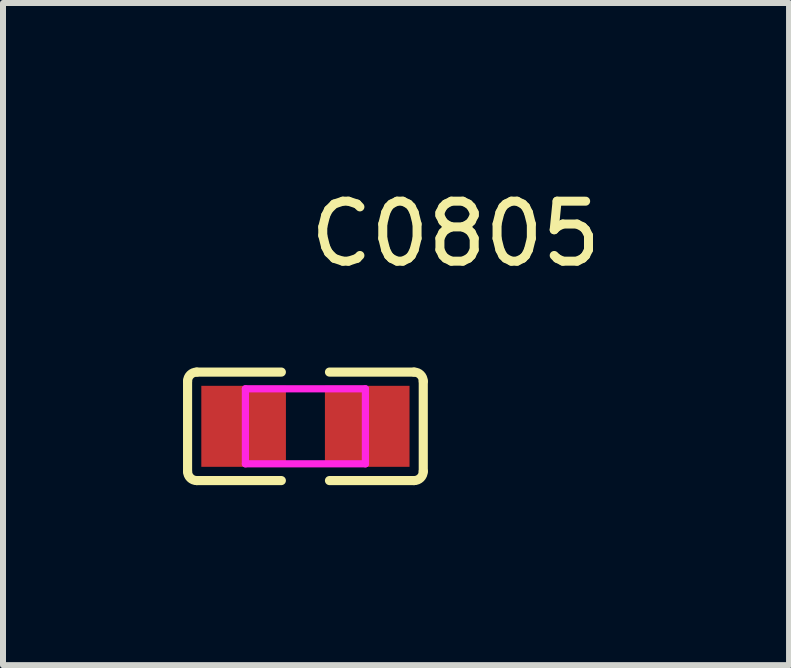
<source format=kicad_pcb>
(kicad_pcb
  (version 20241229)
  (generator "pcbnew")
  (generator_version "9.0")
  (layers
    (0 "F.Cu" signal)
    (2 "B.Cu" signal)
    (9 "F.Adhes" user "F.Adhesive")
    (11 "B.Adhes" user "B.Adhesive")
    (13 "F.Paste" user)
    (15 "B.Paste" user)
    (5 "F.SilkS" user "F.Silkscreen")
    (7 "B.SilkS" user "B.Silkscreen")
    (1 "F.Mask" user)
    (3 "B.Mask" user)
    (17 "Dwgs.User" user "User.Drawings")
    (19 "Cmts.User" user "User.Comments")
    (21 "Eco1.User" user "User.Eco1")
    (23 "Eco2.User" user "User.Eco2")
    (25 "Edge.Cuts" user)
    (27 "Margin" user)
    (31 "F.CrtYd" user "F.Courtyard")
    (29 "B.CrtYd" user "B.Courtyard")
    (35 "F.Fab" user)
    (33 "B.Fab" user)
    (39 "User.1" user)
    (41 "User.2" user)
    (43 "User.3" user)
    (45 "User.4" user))
  (footprint "C0805"
    (layer "F.Cu")
    (at 2.04 4.055)
    (property "Reference" "C0805" (at 0 -3.207 0) (layer "F.SilkS") (effects (font (size 1 1) (thickness 0.15)) (justify left)))
    (attr through_hole)
    (fp_line (start -1.964 0.751) (end -1.964 -0.751) (stroke (width 0.152) (type solid)) (layer "F.SilkS"))
    (fp_line (start -1.811 -0.904) (end -0.401 -0.904) (stroke (width 0.152) (type solid)) (layer "F.SilkS"))
    (fp_line (start -0.401 0.904) (end -1.811 0.904) (stroke (width 0.152) (type solid)) (layer "F.SilkS"))
    (fp_line (start 0.401 0.904) (end 1.811 0.904) (stroke (width 0.152) (type solid)) (layer "F.SilkS"))
    (fp_line (start 1.811 -0.904) (end 0.401 -0.904) (stroke (width 0.152) (type solid)) (layer "F.SilkS"))
    (fp_line (start 1.964 0.751) (end 1.964 -0.751) (stroke (width 0.152) (type solid)) (layer "F.SilkS"))
    (fp_arc (start -1.964 -0.751) (mid -1.919187 -0.859187) (end -1.811 -0.904) (stroke (width 0.152) (type solid)) (layer "F.SilkS"))
    (fp_arc (start -1.811 0.904) (mid -1.919187 0.859187) (end -1.964 0.751) (stroke (width 0.152) (type solid)) (layer "F.SilkS"))
    (fp_arc (start 1.811 -0.904) (mid 1.919187 -0.859187) (end 1.964 -0.751) (stroke (width 0.152) (type solid)) (layer "F.SilkS"))
    (fp_arc (start 1.964 0.751) (mid 1.919187 0.859187) (end 1.811 0.904) (stroke (width 0.152) (type solid)) (layer "F.SilkS"))
    (fp_poly (pts (xy -1.675 0.62) (xy -1.675 -0.66) (xy -1.625 -0.71) (xy -0.475 -0.71) (xy -0.425 -0.66) (xy -0.42 -0.25) (xy -0.87 -0.25) (xy -0.87 0.2) (xy -0.43 0.2) (xy -0.425 0.62) (xy -0.475 0.67) (xy -1.625 0.67)) (stroke (width 0.12) (type solid)) (fill yes) (layer "F.Paste"))
    (fp_poly (pts (xy 0.475 0.62) (xy 0.475 0.2) (xy 0.92 0.2) (xy 0.92 -0.25) (xy 0.48 -0.25) (xy 0.475 -0.66) (xy 0.525 -0.71) (xy 1.675 -0.71) (xy 1.725 -0.66) (xy 1.725 0.62) (xy 1.675 0.67) (xy 0.525 0.67)) (stroke (width 0.12) (type solid)) (fill yes) (layer "F.Paste"))
    (fp_circle (center -1 0.625) (end -0.97 0.625) (stroke (width 0.06) (type solid)) (fill no) (layer "Eco2.User"))
    (fp_poly (pts (xy -1 0.625) (xy -1 -0.625) (xy -0.5 -0.625) (xy -0.5 0.625)) (stroke (width 0.12) (type solid)) (fill no) (layer "Eco2.User"))
    (fp_poly (pts (xy 1 -0.625) (xy 1 0.625) (xy 0.5 0.625) (xy 0.5 -0.625)) (stroke (width 0.12) (type solid)) (fill no) (layer "Eco2.User"))
    (fp_line (start -1 -0.625) (end 1 -0.625) (stroke (width 0.12) (type solid)) (layer "F.CrtYd"))
    (fp_line (start -1 0.625) (end -1 -0.625) (stroke (width 0.12) (type solid)) (layer "F.CrtYd"))
    (fp_line (start 1 -0.625) (end 1 0.625) (stroke (width 0.12) (type solid)) (layer "F.CrtYd"))
    (fp_line (start 1 0.625) (end -1 0.625) (stroke (width 0.12) (type solid)) (layer "F.CrtYd"))
    (pad "1" smd rect (at -1.03 0) (size 1.41 1.35) (layers "F.Cu" "F.Mask" "F.Paste"))
    (pad "2" smd rect (at 1.03 0) (size 1.41 1.35) (layers "F.Cu" "F.Mask" "F.Paste")))
  (gr_rect
    (start -3 -3)
    (end 10.1 8.035)
    (stroke (width 0.1) (type default))
    (fill no)
    (layer "Edge.Cuts")))
</source>
